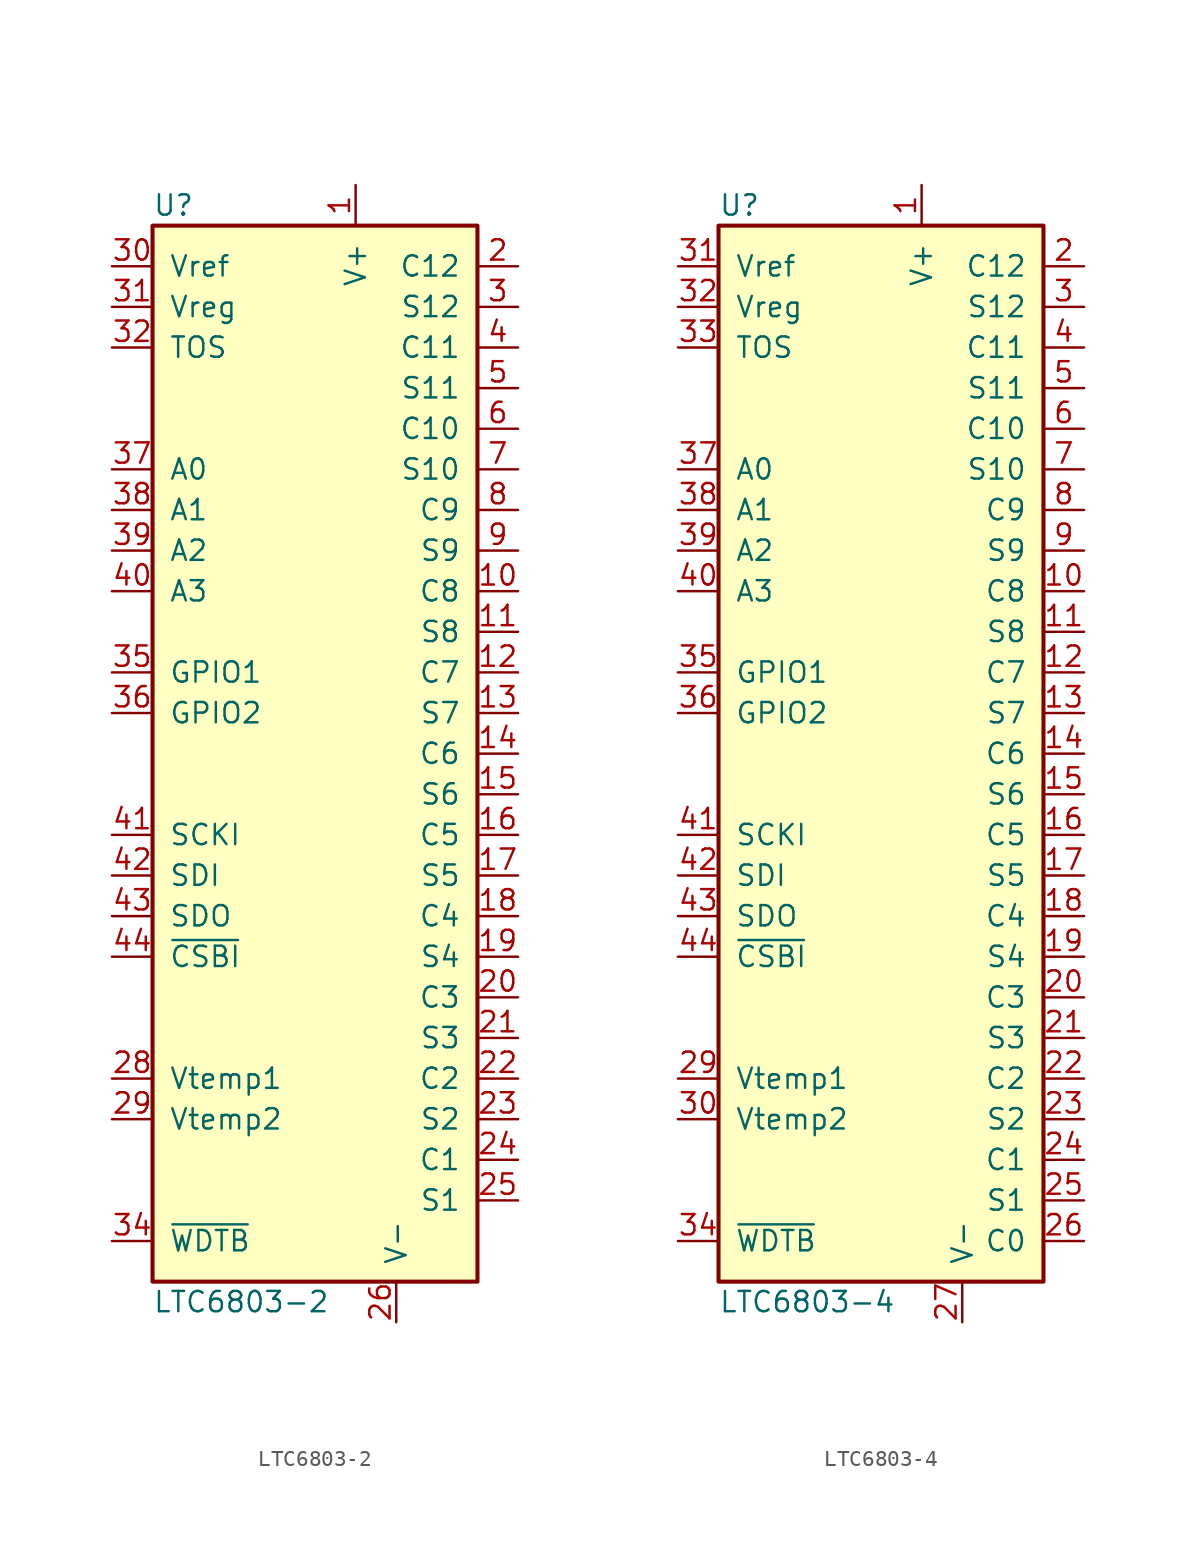
<source format=kicad_sym>
(kicad_symbol_lib
  (version 20200908)
  (generator kicad_symbol_editor)
  (symbol "Battery_Management:LTC6803-2"
    (pin_names
      (offset 1.016))
    (property "Reference" "U"
      (at -10.16 34.29 0)
      (effects (font (size 1.27 1.27)) (justify left)))
    (property "Value" "LTC6803-2"
      (at -10.16 -34.29 0)
      (effects (font (size 1.27 1.27)) (justify left)))
    (symbol "LTC6803-2_0_1"
      (rectangle (start 10.16 -33.02) (end -10.16 33.02) (stroke (width 0.254)) (fill (type background))))
    (symbol "LTC6803-2_1_1"
      (pin input line (at 2.54 35.56 270) (length 2.54) (name "V+" (effects (font (size 1.27 1.27)))) (number "1" (effects (font (size 1.27 1.27)))))
      (pin input line (at 12.7 10.16 180) (length 2.54) (name "C8" (effects (font (size 1.27 1.27)))) (number "10" (effects (font (size 1.27 1.27)))))
      (pin input line (at 12.7 7.62 180) (length 2.54) (name "S8" (effects (font (size 1.27 1.27)))) (number "11" (effects (font (size 1.27 1.27)))))
      (pin input line (at 12.7 5.08 180) (length 2.54) (name "C7" (effects (font (size 1.27 1.27)))) (number "12" (effects (font (size 1.27 1.27)))))
      (pin input line (at 12.7 2.54 180) (length 2.54) (name "S7" (effects (font (size 1.27 1.27)))) (number "13" (effects (font (size 1.27 1.27)))))
      (pin input line (at 12.7 0 180) (length 2.54) (name "C6" (effects (font (size 1.27 1.27)))) (number "14" (effects (font (size 1.27 1.27)))))
      (pin input line (at 12.7 -2.54 180) (length 2.54) (name "S6" (effects (font (size 1.27 1.27)))) (number "15" (effects (font (size 1.27 1.27)))))
      (pin input line (at 12.7 -5.08 180) (length 2.54) (name "C5" (effects (font (size 1.27 1.27)))) (number "16" (effects (font (size 1.27 1.27)))))
      (pin input line (at 12.7 -7.62 180) (length 2.54) (name "S5" (effects (font (size 1.27 1.27)))) (number "17" (effects (font (size 1.27 1.27)))))
      (pin input line (at 12.7 -10.16 180) (length 2.54) (name "C4" (effects (font (size 1.27 1.27)))) (number "18" (effects (font (size 1.27 1.27)))))
      (pin input line (at 12.7 -12.7 180) (length 2.54) (name "S4" (effects (font (size 1.27 1.27)))) (number "19" (effects (font (size 1.27 1.27)))))
      (pin input line (at 12.7 30.48 180) (length 2.54) (name "C12" (effects (font (size 1.27 1.27)))) (number "2" (effects (font (size 1.27 1.27)))))
      (pin input line (at 12.7 -15.24 180) (length 2.54) (name "C3" (effects (font (size 1.27 1.27)))) (number "20" (effects (font (size 1.27 1.27)))))
      (pin input line (at 12.7 -17.78 180) (length 2.54) (name "S3" (effects (font (size 1.27 1.27)))) (number "21" (effects (font (size 1.27 1.27)))))
      (pin input line (at 12.7 -20.32 180) (length 2.54) (name "C2" (effects (font (size 1.27 1.27)))) (number "22" (effects (font (size 1.27 1.27)))))
      (pin input line (at 12.7 -22.86 180) (length 2.54) (name "S2" (effects (font (size 1.27 1.27)))) (number "23" (effects (font (size 1.27 1.27)))))
      (pin input line (at 12.7 -25.4 180) (length 2.54) (name "C1" (effects (font (size 1.27 1.27)))) (number "24" (effects (font (size 1.27 1.27)))))
      (pin input line (at 12.7 -27.94 180) (length 2.54) (name "S1" (effects (font (size 1.27 1.27)))) (number "25" (effects (font (size 1.27 1.27)))))
      (pin input line (at 5.08 -35.56 90) (length 2.54) (name "V-" (effects (font (size 1.27 1.27)))) (number "26" (effects (font (size 1.27 1.27)))))
      (pin unconnected line (at 0 35.56 270) (length 2.54) hide (name "NC" (effects (font (size 1.27 1.27)))) (number "27" (effects (font (size 1.27 1.27)))))
      (pin input line (at -12.7 -20.32 0) (length 2.54) (name "Vtemp1" (effects (font (size 1.27 1.27)))) (number "28" (effects (font (size 1.27 1.27)))))
      (pin input line (at -12.7 -22.86 0) (length 2.54) (name "Vtemp2" (effects (font (size 1.27 1.27)))) (number "29" (effects (font (size 1.27 1.27)))))
      (pin input line (at 12.7 27.94 180) (length 2.54) (name "S12" (effects (font (size 1.27 1.27)))) (number "3" (effects (font (size 1.27 1.27)))))
      (pin input line (at -12.7 30.48 0) (length 2.54) (name "Vref" (effects (font (size 1.27 1.27)))) (number "30" (effects (font (size 1.27 1.27)))))
      (pin input line (at -12.7 27.94 0) (length 2.54) (name "Vreg" (effects (font (size 1.27 1.27)))) (number "31" (effects (font (size 1.27 1.27)))))
      (pin input line (at -12.7 25.4 0) (length 2.54) (name "TOS" (effects (font (size 1.27 1.27)))) (number "32" (effects (font (size 1.27 1.27)))))
      (pin unconnected line (at -2.54 35.56 270) (length 2.54) hide (name "NC" (effects (font (size 1.27 1.27)))) (number "33" (effects (font (size 1.27 1.27)))))
      (pin open_collector line (at -12.7 -30.48 0) (length 2.54) (name "~WDTB~" (effects (font (size 1.27 1.27)))) (number "34" (effects (font (size 1.27 1.27)))))
      (pin input line (at -12.7 5.08 0) (length 2.54) (name "GPIO1" (effects (font (size 1.27 1.27)))) (number "35" (effects (font (size 1.27 1.27)))))
      (pin input line (at -12.7 2.54 0) (length 2.54) (name "GPIO2" (effects (font (size 1.27 1.27)))) (number "36" (effects (font (size 1.27 1.27)))))
      (pin input line (at -12.7 17.78 0) (length 2.54) (name "A0" (effects (font (size 1.27 1.27)))) (number "37" (effects (font (size 1.27 1.27)))))
      (pin input line (at -12.7 15.24 0) (length 2.54) (name "A1" (effects (font (size 1.27 1.27)))) (number "38" (effects (font (size 1.27 1.27)))))
      (pin input line (at -12.7 12.7 0) (length 2.54) (name "A2" (effects (font (size 1.27 1.27)))) (number "39" (effects (font (size 1.27 1.27)))))
      (pin input line (at 12.7 25.4 180) (length 2.54) (name "C11" (effects (font (size 1.27 1.27)))) (number "4" (effects (font (size 1.27 1.27)))))
      (pin input line (at -12.7 10.16 0) (length 2.54) (name "A3" (effects (font (size 1.27 1.27)))) (number "40" (effects (font (size 1.27 1.27)))))
      (pin input line (at -12.7 -5.08 0) (length 2.54) (name "SCKI" (effects (font (size 1.27 1.27)))) (number "41" (effects (font (size 1.27 1.27)))))
      (pin input line (at -12.7 -7.62 0) (length 2.54) (name "SDI" (effects (font (size 1.27 1.27)))) (number "42" (effects (font (size 1.27 1.27)))))
      (pin open_collector line (at -12.7 -10.16 0) (length 2.54) (name "SDO" (effects (font (size 1.27 1.27)))) (number "43" (effects (font (size 1.27 1.27)))))
      (pin input line (at -12.7 -12.7 0) (length 2.54) (name "~CSBI~" (effects (font (size 1.27 1.27)))) (number "44" (effects (font (size 1.27 1.27)))))
      (pin input line (at 12.7 22.86 180) (length 2.54) (name "S11" (effects (font (size 1.27 1.27)))) (number "5" (effects (font (size 1.27 1.27)))))
      (pin input line (at 12.7 20.32 180) (length 2.54) (name "C10" (effects (font (size 1.27 1.27)))) (number "6" (effects (font (size 1.27 1.27)))))
      (pin input line (at 12.7 17.78 180) (length 2.54) (name "S10" (effects (font (size 1.27 1.27)))) (number "7" (effects (font (size 1.27 1.27)))))
      (pin input line (at 12.7 15.24 180) (length 2.54) (name "C9" (effects (font (size 1.27 1.27)))) (number "8" (effects (font (size 1.27 1.27)))))
      (pin input line (at 12.7 12.7 180) (length 2.54) (name "S9" (effects (font (size 1.27 1.27)))) (number "9" (effects (font (size 1.27 1.27)))))))
  (symbol "Battery_Management:LTC6803-4"
    (pin_names
      (offset 1.016))
    (property "Reference" "U"
      (at -10.16 34.29 0)
      (effects (font (size 1.27 1.27)) (justify left)))
    (property "Value" "LTC6803-4"
      (at -10.16 -34.29 0)
      (effects (font (size 1.27 1.27)) (justify left)))
    (symbol "LTC6803-4_0_1"
      (rectangle (start 10.16 -33.02) (end -10.16 33.02) (stroke (width 0.254)) (fill (type background))))
    (symbol "LTC6803-4_1_1"
      (pin input line (at 2.54 35.56 270) (length 2.54) (name "V+" (effects (font (size 1.27 1.27)))) (number "1" (effects (font (size 1.27 1.27)))))
      (pin input line (at 12.7 10.16 180) (length 2.54) (name "C8" (effects (font (size 1.27 1.27)))) (number "10" (effects (font (size 1.27 1.27)))))
      (pin input line (at 12.7 7.62 180) (length 2.54) (name "S8" (effects (font (size 1.27 1.27)))) (number "11" (effects (font (size 1.27 1.27)))))
      (pin input line (at 12.7 5.08 180) (length 2.54) (name "C7" (effects (font (size 1.27 1.27)))) (number "12" (effects (font (size 1.27 1.27)))))
      (pin input line (at 12.7 2.54 180) (length 2.54) (name "S7" (effects (font (size 1.27 1.27)))) (number "13" (effects (font (size 1.27 1.27)))))
      (pin input line (at 12.7 0 180) (length 2.54) (name "C6" (effects (font (size 1.27 1.27)))) (number "14" (effects (font (size 1.27 1.27)))))
      (pin input line (at 12.7 -2.54 180) (length 2.54) (name "S6" (effects (font (size 1.27 1.27)))) (number "15" (effects (font (size 1.27 1.27)))))
      (pin input line (at 12.7 -5.08 180) (length 2.54) (name "C5" (effects (font (size 1.27 1.27)))) (number "16" (effects (font (size 1.27 1.27)))))
      (pin input line (at 12.7 -7.62 180) (length 2.54) (name "S5" (effects (font (size 1.27 1.27)))) (number "17" (effects (font (size 1.27 1.27)))))
      (pin input line (at 12.7 -10.16 180) (length 2.54) (name "C4" (effects (font (size 1.27 1.27)))) (number "18" (effects (font (size 1.27 1.27)))))
      (pin input line (at 12.7 -12.7 180) (length 2.54) (name "S4" (effects (font (size 1.27 1.27)))) (number "19" (effects (font (size 1.27 1.27)))))
      (pin input line (at 12.7 30.48 180) (length 2.54) (name "C12" (effects (font (size 1.27 1.27)))) (number "2" (effects (font (size 1.27 1.27)))))
      (pin input line (at 12.7 -15.24 180) (length 2.54) (name "C3" (effects (font (size 1.27 1.27)))) (number "20" (effects (font (size 1.27 1.27)))))
      (pin input line (at 12.7 -17.78 180) (length 2.54) (name "S3" (effects (font (size 1.27 1.27)))) (number "21" (effects (font (size 1.27 1.27)))))
      (pin input line (at 12.7 -20.32 180) (length 2.54) (name "C2" (effects (font (size 1.27 1.27)))) (number "22" (effects (font (size 1.27 1.27)))))
      (pin input line (at 12.7 -22.86 180) (length 2.54) (name "S2" (effects (font (size 1.27 1.27)))) (number "23" (effects (font (size 1.27 1.27)))))
      (pin input line (at 12.7 -25.4 180) (length 2.54) (name "C1" (effects (font (size 1.27 1.27)))) (number "24" (effects (font (size 1.27 1.27)))))
      (pin input line (at 12.7 -27.94 180) (length 2.54) (name "S1" (effects (font (size 1.27 1.27)))) (number "25" (effects (font (size 1.27 1.27)))))
      (pin input line (at 12.7 -30.48 180) (length 2.54) (name "C0" (effects (font (size 1.27 1.27)))) (number "26" (effects (font (size 1.27 1.27)))))
      (pin input line (at 5.08 -35.56 90) (length 2.54) (name "V-" (effects (font (size 1.27 1.27)))) (number "27" (effects (font (size 1.27 1.27)))))
      (pin unconnected line (at 0 35.56 270) (length 2.54) hide (name "NC" (effects (font (size 1.27 1.27)))) (number "28" (effects (font (size 1.27 1.27)))))
      (pin input line (at -12.7 -20.32 0) (length 2.54) (name "Vtemp1" (effects (font (size 1.27 1.27)))) (number "29" (effects (font (size 1.27 1.27)))))
      (pin input line (at 12.7 27.94 180) (length 2.54) (name "S12" (effects (font (size 1.27 1.27)))) (number "3" (effects (font (size 1.27 1.27)))))
      (pin input line (at -12.7 -22.86 0) (length 2.54) (name "Vtemp2" (effects (font (size 1.27 1.27)))) (number "30" (effects (font (size 1.27 1.27)))))
      (pin input line (at -12.7 30.48 0) (length 2.54) (name "Vref" (effects (font (size 1.27 1.27)))) (number "31" (effects (font (size 1.27 1.27)))))
      (pin input line (at -12.7 27.94 0) (length 2.54) (name "Vreg" (effects (font (size 1.27 1.27)))) (number "32" (effects (font (size 1.27 1.27)))))
      (pin input line (at -12.7 25.4 0) (length 2.54) (name "TOS" (effects (font (size 1.27 1.27)))) (number "33" (effects (font (size 1.27 1.27)))))
      (pin open_collector line (at -12.7 -30.48 0) (length 2.54) (name "~WDTB~" (effects (font (size 1.27 1.27)))) (number "34" (effects (font (size 1.27 1.27)))))
      (pin input line (at -12.7 5.08 0) (length 2.54) (name "GPIO1" (effects (font (size 1.27 1.27)))) (number "35" (effects (font (size 1.27 1.27)))))
      (pin input line (at -12.7 2.54 0) (length 2.54) (name "GPIO2" (effects (font (size 1.27 1.27)))) (number "36" (effects (font (size 1.27 1.27)))))
      (pin input line (at -12.7 17.78 0) (length 2.54) (name "A0" (effects (font (size 1.27 1.27)))) (number "37" (effects (font (size 1.27 1.27)))))
      (pin input line (at -12.7 15.24 0) (length 2.54) (name "A1" (effects (font (size 1.27 1.27)))) (number "38" (effects (font (size 1.27 1.27)))))
      (pin input line (at -12.7 12.7 0) (length 2.54) (name "A2" (effects (font (size 1.27 1.27)))) (number "39" (effects (font (size 1.27 1.27)))))
      (pin input line (at 12.7 25.4 180) (length 2.54) (name "C11" (effects (font (size 1.27 1.27)))) (number "4" (effects (font (size 1.27 1.27)))))
      (pin input line (at -12.7 10.16 0) (length 2.54) (name "A3" (effects (font (size 1.27 1.27)))) (number "40" (effects (font (size 1.27 1.27)))))
      (pin input line (at -12.7 -5.08 0) (length 2.54) (name "SCKI" (effects (font (size 1.27 1.27)))) (number "41" (effects (font (size 1.27 1.27)))))
      (pin input line (at -12.7 -7.62 0) (length 2.54) (name "SDI" (effects (font (size 1.27 1.27)))) (number "42" (effects (font (size 1.27 1.27)))))
      (pin open_collector line (at -12.7 -10.16 0) (length 2.54) (name "SDO" (effects (font (size 1.27 1.27)))) (number "43" (effects (font (size 1.27 1.27)))))
      (pin input line (at -12.7 -12.7 0) (length 2.54) (name "~CSBI~" (effects (font (size 1.27 1.27)))) (number "44" (effects (font (size 1.27 1.27)))))
      (pin input line (at 12.7 22.86 180) (length 2.54) (name "S11" (effects (font (size 1.27 1.27)))) (number "5" (effects (font (size 1.27 1.27)))))
      (pin input line (at 12.7 20.32 180) (length 2.54) (name "C10" (effects (font (size 1.27 1.27)))) (number "6" (effects (font (size 1.27 1.27)))))
      (pin input line (at 12.7 17.78 180) (length 2.54) (name "S10" (effects (font (size 1.27 1.27)))) (number "7" (effects (font (size 1.27 1.27)))))
      (pin input line (at 12.7 15.24 180) (length 2.54) (name "C9" (effects (font (size 1.27 1.27)))) (number "8" (effects (font (size 1.27 1.27)))))
      (pin input line (at 12.7 12.7 180) (length 2.54) (name "S9" (effects (font (size 1.27 1.27)))) (number "9" (effects (font (size 1.27 1.27))))))))
</source>
